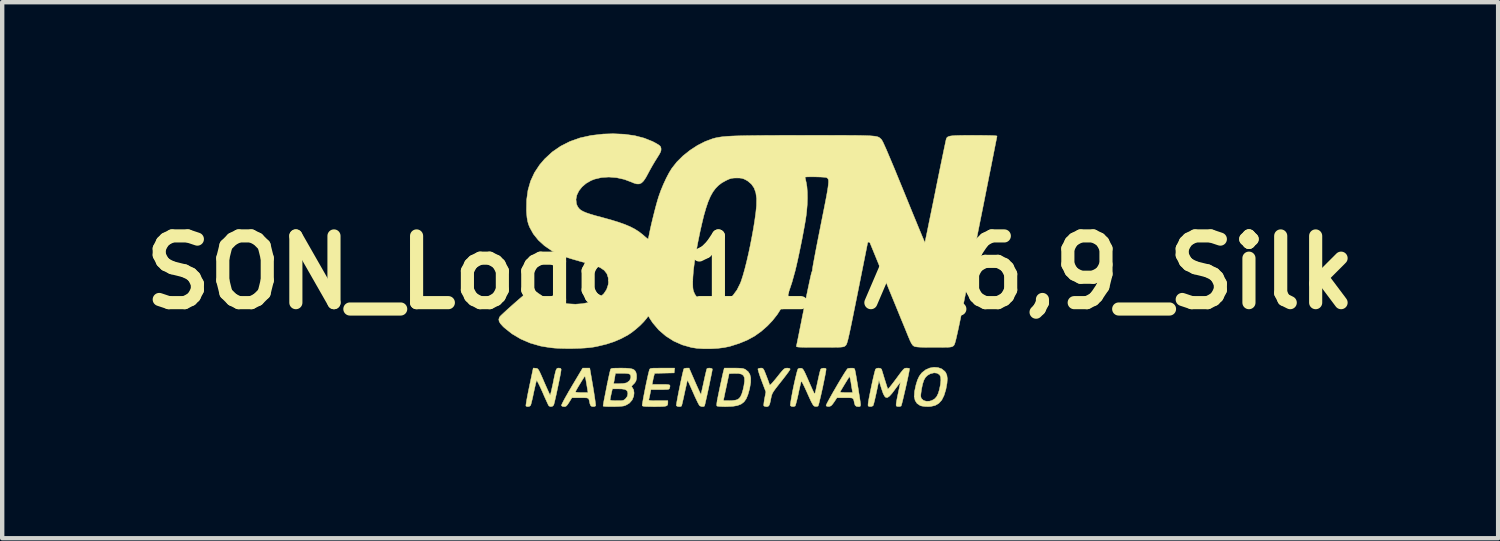
<source format=kicad_pcb>
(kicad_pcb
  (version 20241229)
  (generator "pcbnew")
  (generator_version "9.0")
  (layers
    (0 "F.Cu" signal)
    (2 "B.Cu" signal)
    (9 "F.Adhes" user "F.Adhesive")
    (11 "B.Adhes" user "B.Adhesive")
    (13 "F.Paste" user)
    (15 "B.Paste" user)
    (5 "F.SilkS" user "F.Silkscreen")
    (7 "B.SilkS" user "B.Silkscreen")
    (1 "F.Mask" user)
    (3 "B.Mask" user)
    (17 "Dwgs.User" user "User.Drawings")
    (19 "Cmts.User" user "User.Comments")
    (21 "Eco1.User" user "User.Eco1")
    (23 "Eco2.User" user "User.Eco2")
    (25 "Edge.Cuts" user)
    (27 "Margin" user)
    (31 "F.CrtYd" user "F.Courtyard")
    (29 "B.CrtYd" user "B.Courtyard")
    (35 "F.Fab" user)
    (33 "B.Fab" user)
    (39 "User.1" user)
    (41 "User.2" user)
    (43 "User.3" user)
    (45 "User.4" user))
  (footprint "SON_Logo_11,7_6,9_Silk"
    (layer "F.Cu")
    (at 14.086 3.174)
    (property "Reference" "SON_Logo_11,7_6,9_Silk" (at 0 0 0) (layer "F.SilkS") (effects (font (size 1.524 1.524) (thickness 0.3))))
    (attr through_hole)
    (fp_poly (pts (xy 4.293 2.173) (xy 4.377 2.203) (xy 4.445 2.258) (xy 4.466 2.284) (xy 4.493 2.346) (xy 4.504 2.426) (xy 4.497 2.527) (xy 4.474 2.655) (xy 4.469 2.678) (xy 4.428 2.811) (xy 4.376 2.915) (xy 4.309 2.989) (xy 4.225 3.038) (xy 4.123 3.061) (xy 4.057 3.064) (xy 3.988 3.061) (xy 3.925 3.052) (xy 3.885 3.041) (xy 3.813 2.993) (xy 3.768 2.924) (xy 3.748 2.833) (xy 3.749 2.825) (xy 3.896 2.825) (xy 3.902 2.855) (xy 3.915 2.882) (xy 3.916 2.884) (xy 3.961 2.924) (xy 4.025 2.943) (xy 4.099 2.94) (xy 4.153 2.923) (xy 4.214 2.888) (xy 4.26 2.837) (xy 4.296 2.764) (xy 4.321 2.682) (xy 4.347 2.559) (xy 4.356 2.459) (xy 4.35 2.384) (xy 4.328 2.338) (xy 4.273 2.301) (xy 4.202 2.292) (xy 4.121 2.312) (xy 4.109 2.317) (xy 4.051 2.35) (xy 4.005 2.395) (xy 3.969 2.458) (xy 3.941 2.542) (xy 3.917 2.653) (xy 3.908 2.712) (xy 3.899 2.78) (xy 3.896 2.825) (xy 3.749 2.825) (xy 3.755 2.721) (xy 3.758 2.704) (xy 3.788 2.567) (xy 3.822 2.457) (xy 3.862 2.371) (xy 3.911 2.304) (xy 3.928 2.286) (xy 4.01 2.222) (xy 4.103 2.182) (xy 4.199 2.165) (xy 4.293 2.173)) (stroke (width 0.01) (type solid)) (fill yes) (layer "F.SilkS"))
    (fp_poly (pts (xy 0.896 2.19) (xy 0.914 2.205) (xy 0.914 2.207) (xy 0.904 2.227) (xy 0.876 2.269) (xy 0.833 2.328) (xy 0.778 2.4) (xy 0.715 2.481) (xy 0.706 2.491) (xy 0.635 2.582) (xy 0.581 2.651) (xy 0.543 2.704) (xy 0.517 2.745) (xy 0.5 2.781) (xy 0.488 2.815) (xy 0.48 2.853) (xy 0.477 2.866) (xy 0.46 2.952) (xy 0.445 3.009) (xy 0.428 3.043) (xy 0.407 3.06) (xy 0.379 3.065) (xy 0.374 3.065) (xy 0.334 3.059) (xy 0.312 3.047) (xy 0.31 3.023) (xy 0.315 2.974) (xy 0.324 2.91) (xy 0.33 2.879) (xy 0.359 2.729) (xy 0.263 2.474) (xy 0.231 2.387) (xy 0.205 2.31) (xy 0.187 2.25) (xy 0.178 2.212) (xy 0.178 2.202) (xy 0.2 2.19) (xy 0.241 2.184) (xy 0.245 2.184) (xy 0.27 2.185) (xy 0.288 2.192) (xy 0.305 2.21) (xy 0.323 2.244) (xy 0.346 2.3) (xy 0.371 2.364) (xy 0.399 2.437) (xy 0.421 2.498) (xy 0.436 2.541) (xy 0.44 2.558) (xy 0.444 2.572) (xy 0.458 2.568) (xy 0.484 2.545) (xy 0.523 2.501) (xy 0.58 2.434) (xy 0.624 2.379) (xy 0.684 2.304) (xy 0.729 2.251) (xy 0.761 2.216) (xy 0.787 2.196) (xy 0.809 2.187) (xy 0.834 2.185) (xy 0.847 2.184) (xy 0.896 2.19)) (stroke (width 0.01) (type solid)) (fill yes) (layer "F.SilkS"))
    (fp_poly (pts (xy -3.591 2.607) (xy -3.572 2.723) (xy -3.556 2.828) (xy -3.543 2.918) (xy -3.534 2.987) (xy -3.529 3.032) (xy -3.53 3.047) (xy -3.555 3.061) (xy -3.595 3.064) (xy -3.632 3.053) (xy -3.634 3.052) (xy -3.65 3.028) (xy -3.664 2.986) (xy -3.665 2.98) (xy -3.675 2.929) (xy -3.685 2.896) (xy -3.702 2.875) (xy -3.732 2.865) (xy -3.781 2.862) (xy -3.855 2.862) (xy -3.883 2.862) (xy -4.072 2.862) (xy -4.135 2.964) (xy -4.171 3.018) (xy -4.198 3.049) (xy -4.223 3.062) (xy -4.25 3.065) (xy -4.291 3.058) (xy -4.312 3.04) (xy -4.306 3.02) (xy -4.284 2.974) (xy -4.249 2.906) (xy -4.201 2.82) (xy -4.149 2.729) (xy -3.993 2.729) (xy -3.98 2.735) (xy -3.941 2.74) (xy -3.882 2.743) (xy -3.852 2.743) (xy -3.704 2.743) (xy -3.715 2.68) (xy -3.723 2.63) (xy -3.734 2.562) (xy -3.746 2.493) (xy -3.756 2.434) (xy -3.767 2.391) (xy -3.775 2.371) (xy -3.776 2.371) (xy -3.787 2.384) (xy -3.811 2.42) (xy -3.844 2.472) (xy -3.881 2.533) (xy -3.919 2.595) (xy -3.953 2.653) (xy -3.979 2.7) (xy -3.993 2.728) (xy -3.993 2.729) (xy -4.149 2.729) (xy -4.144 2.72) (xy -4.079 2.609) (xy -4.074 2.6) (xy -3.826 2.184) (xy -3.664 2.184) (xy -3.591 2.607)) (stroke (width 0.01) (type solid)) (fill yes) (layer "F.SilkS"))
    (fp_poly (pts (xy -0.376 2.184) (xy -0.283 2.185) (xy -0.217 2.188) (xy -0.17 2.193) (xy -0.137 2.203) (xy -0.108 2.216) (xy -0.106 2.218) (xy -0.045 2.267) (xy -0.006 2.33) (xy 0.013 2.41) (xy 0.012 2.511) (xy -0.009 2.635) (xy -0.017 2.672) (xy -0.051 2.792) (xy -0.091 2.887) (xy -0.141 2.957) (xy -0.207 3.007) (xy -0.291 3.04) (xy -0.398 3.058) (xy -0.533 3.064) (xy -0.574 3.065) (xy -0.646 3.063) (xy -0.707 3.06) (xy -0.748 3.054) (xy -0.758 3.051) (xy -0.764 3.039) (xy -0.764 3.011) (xy -0.759 2.965) (xy -0.753 2.929) (xy -0.611 2.929) (xy -0.483 2.929) (xy -0.404 2.926) (xy -0.335 2.916) (xy -0.295 2.905) (xy -0.253 2.878) (xy -0.219 2.835) (xy -0.19 2.77) (xy -0.163 2.679) (xy -0.143 2.587) (xy -0.128 2.483) (xy -0.13 2.407) (xy -0.153 2.354) (xy -0.199 2.322) (xy -0.269 2.307) (xy -0.364 2.306) (xy -0.481 2.311) (xy -0.535 2.565) (xy -0.555 2.658) (xy -0.574 2.744) (xy -0.588 2.814) (xy -0.598 2.862) (xy -0.601 2.874) (xy -0.611 2.929) (xy -0.753 2.929) (xy -0.747 2.895) (xy -0.728 2.8) (xy -0.702 2.675) (xy -0.702 2.674) (xy -0.679 2.564) (xy -0.656 2.461) (xy -0.637 2.371) (xy -0.621 2.301) (xy -0.61 2.256) (xy -0.608 2.248) (xy -0.591 2.184) (xy -0.376 2.184)) (stroke (width 0.01) (type solid)) (fill yes) (layer "F.SilkS"))
    (fp_poly (pts (xy -1.73 2.239) (xy -1.736 2.294) (xy -2.183 2.304) (xy -2.2 2.367) (xy -2.215 2.43) (xy -2.227 2.493) (xy -2.228 2.493) (xy -2.239 2.557) (xy -2.034 2.557) (xy -1.945 2.557) (xy -1.886 2.56) (xy -1.85 2.566) (xy -1.833 2.579) (xy -1.831 2.599) (xy -1.838 2.63) (xy -1.839 2.637) (xy -1.845 2.653) (xy -1.856 2.664) (xy -1.879 2.671) (xy -1.918 2.674) (xy -1.98 2.675) (xy -2.058 2.675) (xy -2.267 2.675) (xy -2.286 2.773) (xy -2.298 2.831) (xy -2.309 2.879) (xy -2.314 2.9) (xy -2.315 2.912) (xy -2.306 2.92) (xy -2.282 2.925) (xy -2.238 2.928) (xy -2.169 2.929) (xy -2.101 2.929) (xy -1.88 2.929) (xy -1.88 2.977) (xy -1.882 3.008) (xy -1.89 3.031) (xy -1.911 3.047) (xy -1.947 3.057) (xy -2.004 3.062) (xy -2.087 3.064) (xy -2.188 3.065) (xy -2.293 3.064) (xy -2.368 3.062) (xy -2.419 3.059) (xy -2.449 3.053) (xy -2.463 3.045) (xy -2.466 3.041) (xy -2.465 3.019) (xy -2.457 2.97) (xy -2.445 2.899) (xy -2.429 2.812) (xy -2.41 2.714) (xy -2.39 2.612) (xy -2.369 2.511) (xy -2.348 2.416) (xy -2.33 2.333) (xy -2.314 2.269) (xy -2.303 2.228) (xy -2.301 2.223) (xy -2.295 2.208) (xy -2.284 2.198) (xy -2.265 2.192) (xy -2.232 2.187) (xy -2.179 2.185) (xy -2.102 2.185) (xy -2.006 2.184) (xy -1.725 2.184) (xy -1.73 2.239)) (stroke (width 0.01) (type solid)) (fill yes) (layer "F.SilkS"))
    (fp_poly (pts (xy -4.898 2.188) (xy -4.877 2.19) (xy -4.861 2.196) (xy -4.845 2.21) (xy -4.827 2.236) (xy -4.805 2.278) (xy -4.776 2.341) (xy -4.738 2.427) (xy -4.71 2.493) (xy -4.669 2.586) (xy -4.632 2.669) (xy -4.602 2.735) (xy -4.581 2.781) (xy -4.57 2.801) (xy -4.57 2.802) (xy -4.564 2.789) (xy -4.552 2.749) (xy -4.537 2.685) (xy -4.519 2.604) (xy -4.504 2.536) (xy -4.481 2.419) (xy -4.462 2.332) (xy -4.447 2.27) (xy -4.434 2.228) (xy -4.421 2.203) (xy -4.407 2.19) (xy -4.39 2.185) (xy -4.369 2.184) (xy -4.332 2.189) (xy -4.319 2.208) (xy -4.318 2.222) (xy -4.322 2.251) (xy -4.331 2.307) (xy -4.346 2.385) (xy -4.364 2.476) (xy -4.385 2.577) (xy -4.407 2.681) (xy -4.428 2.781) (xy -4.449 2.872) (xy -4.466 2.947) (xy -4.48 3.001) (xy -4.487 3.027) (xy -4.515 3.056) (xy -4.555 3.065) (xy -4.592 3.052) (xy -4.601 3.044) (xy -4.613 3.022) (xy -4.635 2.975) (xy -4.666 2.907) (xy -4.704 2.824) (xy -4.741 2.738) (xy -4.781 2.649) (xy -4.817 2.573) (xy -4.847 2.514) (xy -4.868 2.477) (xy -4.878 2.467) (xy -4.885 2.488) (xy -4.898 2.535) (xy -4.914 2.604) (xy -4.933 2.688) (xy -4.945 2.743) (xy -4.964 2.835) (xy -4.983 2.917) (xy -4.999 2.982) (xy -5.011 3.024) (xy -5.015 3.035) (xy -5.041 3.057) (xy -5.079 3.065) (xy -5.113 3.057) (xy -5.123 3.048) (xy -5.122 3.027) (xy -5.115 2.978) (xy -5.103 2.905) (xy -5.086 2.813) (xy -5.065 2.706) (xy -5.044 2.607) (xy -4.955 2.183) (xy -4.898 2.188)) (stroke (width 0.01) (type solid)) (fill yes) (layer "F.SilkS"))
    (fp_poly (pts (xy -0.891 2.189) (xy -0.867 2.201) (xy -0.864 2.209) (xy -0.867 2.232) (xy -0.876 2.283) (xy -0.891 2.355) (xy -0.909 2.443) (xy -0.929 2.542) (xy -0.951 2.645) (xy -0.973 2.747) (xy -0.994 2.843) (xy -1.013 2.926) (xy -1.028 2.993) (xy -1.039 3.036) (xy -1.043 3.051) (xy -1.068 3.063) (xy -1.107 3.063) (xy -1.146 3.049) (xy -1.154 3.044) (xy -1.169 3.022) (xy -1.195 2.974) (xy -1.228 2.906) (xy -1.267 2.823) (xy -1.304 2.739) (xy -1.344 2.649) (xy -1.378 2.572) (xy -1.406 2.511) (xy -1.425 2.472) (xy -1.432 2.46) (xy -1.437 2.477) (xy -1.447 2.521) (xy -1.462 2.589) (xy -1.481 2.672) (xy -1.498 2.75) (xy -1.518 2.845) (xy -1.537 2.928) (xy -1.552 2.993) (xy -1.563 3.036) (xy -1.568 3.051) (xy -1.592 3.063) (xy -1.631 3.064) (xy -1.668 3.056) (xy -1.687 3.041) (xy -1.685 3.02) (xy -1.678 2.971) (xy -1.665 2.9) (xy -1.649 2.813) (xy -1.63 2.715) (xy -1.609 2.612) (xy -1.588 2.51) (xy -1.567 2.413) (xy -1.548 2.328) (xy -1.532 2.261) (xy -1.52 2.216) (xy -1.515 2.2) (xy -1.493 2.189) (xy -1.452 2.184) (xy -1.45 2.184) (xy -1.395 2.184) (xy -1.261 2.492) (xy -1.22 2.585) (xy -1.184 2.665) (xy -1.155 2.728) (xy -1.134 2.769) (xy -1.124 2.784) (xy -1.123 2.784) (xy -1.118 2.763) (xy -1.107 2.715) (xy -1.092 2.645) (xy -1.073 2.56) (xy -1.058 2.491) (xy -1.038 2.398) (xy -1.019 2.317) (xy -1.004 2.253) (xy -0.993 2.211) (xy -0.989 2.199) (xy -0.967 2.187) (xy -0.929 2.184) (xy -0.891 2.189)) (stroke (width 0.01) (type solid)) (fill yes) (layer "F.SilkS"))
    (fp_poly (pts (xy 2.36 2.187) (xy 2.383 2.199) (xy 2.393 2.226) (xy 2.394 2.231) (xy 2.406 2.288) (xy 2.42 2.366) (xy 2.436 2.459) (xy 2.453 2.561) (xy 2.47 2.665) (xy 2.486 2.766) (xy 2.501 2.858) (xy 2.512 2.934) (xy 2.52 2.99) (xy 2.523 3.018) (xy 2.523 3.018) (xy 2.518 3.052) (xy 2.495 3.064) (xy 2.477 3.065) (xy 2.426 3.058) (xy 2.397 3.034) (xy 2.381 2.984) (xy 2.38 2.98) (xy 2.37 2.929) (xy 2.359 2.895) (xy 2.342 2.875) (xy 2.312 2.865) (xy 2.263 2.862) (xy 2.187 2.862) (xy 2.167 2.862) (xy 1.982 2.862) (xy 1.918 2.959) (xy 1.879 3.013) (xy 1.849 3.044) (xy 1.819 3.058) (xy 1.799 3.062) (xy 1.752 3.058) (xy 1.734 3.041) (xy 1.74 3.022) (xy 1.761 2.978) (xy 1.795 2.915) (xy 1.838 2.836) (xy 1.889 2.746) (xy 1.898 2.731) (xy 2.054 2.731) (xy 2.066 2.736) (xy 2.105 2.741) (xy 2.164 2.743) (xy 2.194 2.743) (xy 2.341 2.743) (xy 2.332 2.697) (xy 2.325 2.658) (xy 2.315 2.597) (xy 2.304 2.527) (xy 2.302 2.511) (xy 2.291 2.449) (xy 2.28 2.403) (xy 2.271 2.38) (xy 2.269 2.379) (xy 2.257 2.395) (xy 2.232 2.433) (xy 2.199 2.487) (xy 2.16 2.55) (xy 2.121 2.615) (xy 2.085 2.675) (xy 2.057 2.725) (xy 2.054 2.731) (xy 1.898 2.731) (xy 1.944 2.651) (xy 2 2.554) (xy 2.056 2.46) (xy 2.108 2.374) (xy 2.154 2.3) (xy 2.191 2.243) (xy 2.217 2.207) (xy 2.225 2.197) (xy 2.253 2.189) (xy 2.299 2.185) (xy 2.314 2.185) (xy 2.36 2.187)) (stroke (width 0.01) (type solid)) (fill yes) (layer "F.SilkS"))
    (fp_poly (pts (xy 1.718 2.189) (xy 1.734 2.199) (xy 1.734 2.22) (xy 1.727 2.268) (xy 1.714 2.338) (xy 1.697 2.425) (xy 1.677 2.523) (xy 1.656 2.626) (xy 1.633 2.729) (xy 1.611 2.827) (xy 1.59 2.913) (xy 1.573 2.984) (xy 1.559 3.032) (xy 1.551 3.052) (xy 1.55 3.052) (xy 1.521 3.061) (xy 1.491 3.061) (xy 1.473 3.057) (xy 1.456 3.047) (xy 1.438 3.027) (xy 1.418 2.994) (xy 1.391 2.943) (xy 1.357 2.87) (xy 1.313 2.772) (xy 1.286 2.712) (xy 1.249 2.631) (xy 1.216 2.563) (xy 1.19 2.513) (xy 1.173 2.487) (xy 1.168 2.484) (xy 1.161 2.505) (xy 1.149 2.552) (xy 1.133 2.621) (xy 1.114 2.706) (xy 1.101 2.769) (xy 1.081 2.86) (xy 1.061 2.941) (xy 1.044 3.003) (xy 1.032 3.042) (xy 1.026 3.052) (xy 0.987 3.064) (xy 0.945 3.059) (xy 0.919 3.044) (xy 0.918 3.022) (xy 0.924 2.973) (xy 0.935 2.902) (xy 0.951 2.814) (xy 0.969 2.716) (xy 0.99 2.613) (xy 1.012 2.511) (xy 1.034 2.414) (xy 1.055 2.329) (xy 1.072 2.262) (xy 1.087 2.217) (xy 1.094 2.201) (xy 1.124 2.189) (xy 1.162 2.187) (xy 1.18 2.191) (xy 1.196 2.201) (xy 1.213 2.221) (xy 1.233 2.255) (xy 1.259 2.307) (xy 1.293 2.383) (xy 1.338 2.485) (xy 1.378 2.576) (xy 1.414 2.656) (xy 1.443 2.719) (xy 1.464 2.761) (xy 1.474 2.777) (xy 1.474 2.777) (xy 1.48 2.761) (xy 1.492 2.718) (xy 1.507 2.652) (xy 1.525 2.57) (xy 1.54 2.502) (xy 1.56 2.409) (xy 1.579 2.326) (xy 1.595 2.261) (xy 1.608 2.218) (xy 1.613 2.206) (xy 1.64 2.191) (xy 1.681 2.185) (xy 1.718 2.189)) (stroke (width 0.01) (type solid)) (fill yes) (layer "F.SilkS"))
    (fp_poly (pts (xy 2.979 2.192) (xy 3.003 2.211) (xy 3.003 2.214) (xy 3.02 2.27) (xy 3.042 2.341) (xy 3.065 2.418) (xy 3.09 2.496) (xy 3.112 2.566) (xy 3.13 2.622) (xy 3.142 2.656) (xy 3.144 2.663) (xy 3.157 2.655) (xy 3.185 2.624) (xy 3.226 2.573) (xy 3.276 2.508) (xy 3.312 2.46) (xy 3.381 2.367) (xy 3.432 2.298) (xy 3.471 2.249) (xy 3.499 2.216) (xy 3.52 2.197) (xy 3.538 2.188) (xy 3.556 2.185) (xy 3.578 2.184) (xy 3.581 2.184) (xy 3.621 2.188) (xy 3.64 2.195) (xy 3.641 2.197) (xy 3.637 2.225) (xy 3.628 2.278) (xy 3.613 2.353) (xy 3.594 2.442) (xy 3.572 2.541) (xy 3.549 2.645) (xy 3.525 2.747) (xy 3.503 2.843) (xy 3.483 2.926) (xy 3.466 2.993) (xy 3.453 3.037) (xy 3.447 3.052) (xy 3.408 3.063) (xy 3.361 3.06) (xy 3.341 3.052) (xy 3.335 3.037) (xy 3.335 3.004) (xy 3.343 2.949) (xy 3.358 2.867) (xy 3.377 2.777) (xy 3.396 2.687) (xy 3.412 2.611) (xy 3.424 2.552) (xy 3.43 2.518) (xy 3.43 2.511) (xy 3.42 2.522) (xy 3.393 2.556) (xy 3.355 2.607) (xy 3.308 2.67) (xy 3.305 2.675) (xy 3.237 2.765) (xy 3.182 2.825) (xy 3.138 2.856) (xy 3.101 2.856) (xy 3.069 2.825) (xy 3.038 2.764) (xy 3.006 2.671) (xy 2.998 2.647) (xy 2.942 2.464) (xy 2.883 2.743) (xy 2.862 2.837) (xy 2.843 2.92) (xy 2.826 2.987) (xy 2.813 3.03) (xy 2.807 3.044) (xy 2.774 3.061) (xy 2.73 3.063) (xy 2.698 3.052) (xy 2.693 3.038) (xy 2.694 3.005) (xy 2.701 2.951) (xy 2.715 2.872) (xy 2.736 2.765) (xy 2.763 2.633) (xy 2.787 2.519) (xy 2.81 2.416) (xy 2.831 2.328) (xy 2.848 2.261) (xy 2.86 2.218) (xy 2.866 2.206) (xy 2.896 2.188) (xy 2.938 2.184) (xy 2.979 2.192)) (stroke (width 0.01) (type solid)) (fill yes) (layer "F.SilkS"))
    (fp_poly (pts (xy -2.841 2.186) (xy -2.758 2.192) (xy -2.698 2.203) (xy -2.656 2.221) (xy -2.628 2.248) (xy -2.608 2.285) (xy -2.608 2.285) (xy -2.595 2.342) (xy -2.595 2.41) (xy -2.595 2.417) (xy -2.609 2.479) (xy -2.639 2.526) (xy -2.662 2.549) (xy -2.695 2.582) (xy -2.707 2.603) (xy -2.7 2.621) (xy -2.69 2.631) (xy -2.662 2.682) (xy -2.652 2.752) (xy -2.66 2.825) (xy -2.696 2.913) (xy -2.759 2.985) (xy -2.842 3.034) (xy -2.888 3.049) (xy -2.931 3.055) (xy -2.994 3.06) (xy -3.068 3.063) (xy -3.148 3.064) (xy -3.224 3.064) (xy -3.289 3.062) (xy -3.337 3.058) (xy -3.359 3.052) (xy -3.359 3.052) (xy -3.357 3.033) (xy -3.35 2.987) (xy -3.338 2.918) (xy -3.336 2.912) (xy -3.2 2.912) (xy -3.184 2.921) (xy -3.137 2.927) (xy -3.064 2.929) (xy -3.047 2.929) (xy -2.973 2.929) (xy -2.925 2.926) (xy -2.892 2.918) (xy -2.868 2.903) (xy -2.843 2.88) (xy -2.806 2.829) (xy -2.794 2.773) (xy -2.794 2.771) (xy -2.801 2.723) (xy -2.824 2.69) (xy -2.868 2.67) (xy -2.938 2.66) (xy -3.008 2.659) (xy -3.147 2.659) (xy -3.174 2.776) (xy -3.187 2.837) (xy -3.196 2.885) (xy -3.2 2.911) (xy -3.2 2.912) (xy -3.336 2.912) (xy -3.321 2.833) (xy -3.302 2.737) (xy -3.282 2.635) (xy -3.263 2.54) (xy -3.12 2.54) (xy -2.99 2.54) (xy -2.899 2.536) (xy -2.832 2.523) (xy -2.811 2.514) (xy -2.754 2.47) (xy -2.728 2.41) (xy -2.726 2.384) (xy -2.731 2.349) (xy -2.748 2.325) (xy -2.784 2.311) (xy -2.843 2.305) (xy -2.922 2.303) (xy -3.078 2.303) (xy -3.088 2.366) (xy -3.098 2.426) (xy -3.109 2.483) (xy -3.109 2.485) (xy -3.12 2.54) (xy -3.263 2.54) (xy -3.261 2.532) (xy -3.241 2.435) (xy -3.222 2.348) (xy -3.206 2.278) (xy -3.194 2.229) (xy -3.19 2.214) (xy -3.183 2.202) (xy -3.167 2.194) (xy -3.137 2.188) (xy -3.086 2.186) (xy -3.011 2.185) (xy -2.953 2.184) (xy -2.841 2.186)) (stroke (width 0.01) (type solid)) (fill yes) (layer "F.SilkS"))
    (fp_poly (pts (xy -2.874 -3.158) (xy -2.637 -3.125) (xy -2.421 -3.069) (xy -2.229 -2.992) (xy -2.15 -2.95) (xy -2.093 -2.916) (xy -2.06 -2.89) (xy -2.043 -2.865) (xy -2.036 -2.834) (xy -2.035 -2.825) (xy -2.036 -2.792) (xy -2.046 -2.756) (xy -2.069 -2.71) (xy -2.107 -2.648) (xy -2.13 -2.611) (xy -2.181 -2.53) (xy -2.238 -2.433) (xy -2.294 -2.333) (xy -2.327 -2.271) (xy -2.384 -2.166) (xy -2.434 -2.092) (xy -2.482 -2.045) (xy -2.533 -2.023) (xy -2.591 -2.023) (xy -2.66 -2.043) (xy -2.706 -2.063) (xy -2.876 -2.127) (xy -3.052 -2.166) (xy -3.228 -2.18) (xy -3.397 -2.169) (xy -3.554 -2.132) (xy -3.635 -2.1) (xy -3.748 -2.035) (xy -3.841 -1.955) (xy -3.912 -1.865) (xy -3.959 -1.768) (xy -3.979 -1.67) (xy -3.969 -1.574) (xy -3.956 -1.536) (xy -3.934 -1.494) (xy -3.906 -1.457) (xy -3.868 -1.424) (xy -3.815 -1.394) (xy -3.745 -1.364) (xy -3.653 -1.333) (xy -3.536 -1.298) (xy -3.39 -1.259) (xy -3.378 -1.256) (xy -3.179 -1.201) (xy -3.01 -1.149) (xy -2.865 -1.098) (xy -2.742 -1.046) (xy -2.635 -0.991) (xy -2.541 -0.931) (xy -2.455 -0.864) (xy -2.425 -0.838) (xy -2.38 -0.799) (xy -2.347 -0.773) (xy -2.331 -0.764) (xy -2.33 -0.764) (xy -2.325 -0.783) (xy -2.315 -0.825) (xy -2.304 -0.881) (xy -2.283 -0.985) (xy -2.255 -1.109) (xy -2.222 -1.246) (xy -2.187 -1.386) (xy -2.152 -1.52) (xy -2.119 -1.638) (xy -2.09 -1.733) (xy -2.089 -1.736) (xy -2.04 -1.873) (xy -1.981 -2.015) (xy -1.917 -2.153) (xy -1.852 -2.277) (xy -1.79 -2.378) (xy -1.789 -2.379) (xy -1.675 -2.524) (xy -1.535 -2.663) (xy -1.376 -2.79) (xy -1.206 -2.901) (xy -1.03 -2.991) (xy -0.856 -3.056) (xy -0.793 -3.073) (xy -0.747 -3.082) (xy -0.698 -3.091) (xy -0.643 -3.099) (xy -0.579 -3.105) (xy -0.506 -3.111) (xy -0.42 -3.116) (xy -0.319 -3.12) (xy -0.202 -3.123) (xy -0.066 -3.126) (xy 0.091 -3.128) (xy 0.271 -3.13) (xy 0.477 -3.131) (xy 0.709 -3.132) (xy 0.972 -3.132) (xy 1.266 -3.133) (xy 1.266 -3.133) (xy 1.538 -3.133) (xy 1.777 -3.133) (xy 1.987 -3.132) (xy 2.17 -3.132) (xy 2.327 -3.131) (xy 2.46 -3.13) (xy 2.572 -3.128) (xy 2.665 -3.125) (xy 2.741 -3.122) (xy 2.802 -3.117) (xy 2.851 -3.112) (xy 2.888 -3.105) (xy 2.917 -3.097) (xy 2.939 -3.088) (xy 2.956 -3.077) (xy 2.971 -3.064) (xy 2.986 -3.05) (xy 2.998 -3.039) (xy 3.012 -3.017) (xy 3.036 -2.973) (xy 3.068 -2.903) (xy 3.111 -2.808) (xy 3.163 -2.685) (xy 3.226 -2.536) (xy 3.301 -2.358) (xy 3.386 -2.15) (xy 3.484 -1.912) (xy 3.514 -1.838) (xy 3.591 -1.65) (xy 3.663 -1.473) (xy 3.731 -1.307) (xy 3.794 -1.155) (xy 3.849 -1.02) (xy 3.897 -0.905) (xy 3.936 -0.811) (xy 3.966 -0.741) (xy 3.984 -0.698) (xy 3.991 -0.683) (xy 3.995 -0.7) (xy 4.005 -0.748) (xy 4.021 -0.823) (xy 4.042 -0.924) (xy 4.067 -1.047) (xy 4.096 -1.19) (xy 4.129 -1.35) (xy 4.165 -1.525) (xy 4.203 -1.711) (xy 4.232 -1.855) (xy 4.271 -2.05) (xy 4.309 -2.235) (xy 4.344 -2.408) (xy 4.377 -2.567) (xy 4.406 -2.707) (xy 4.431 -2.828) (xy 4.452 -2.926) (xy 4.467 -2.998) (xy 4.477 -3.041) (xy 4.48 -3.053) (xy 4.49 -3.074) (xy 4.505 -3.091) (xy 4.529 -3.104) (xy 4.564 -3.115) (xy 4.614 -3.122) (xy 4.683 -3.127) (xy 4.775 -3.13) (xy 4.891 -3.132) (xy 5.036 -3.133) (xy 5.113 -3.133) (xy 5.283 -3.132) (xy 5.42 -3.13) (xy 5.524 -3.128) (xy 5.594 -3.124) (xy 5.632 -3.119) (xy 5.639 -3.115) (xy 5.636 -3.097) (xy 5.626 -3.047) (xy 5.61 -2.968) (xy 5.589 -2.861) (xy 5.563 -2.729) (xy 5.532 -2.572) (xy 5.497 -2.394) (xy 5.457 -2.196) (xy 5.414 -1.98) (xy 5.368 -1.747) (xy 5.319 -1.5) (xy 5.267 -1.241) (xy 5.213 -0.971) (xy 5.165 -0.732) (xy 5.099 -0.404) (xy 5.04 -0.108) (xy 4.986 0.159) (xy 4.938 0.396) (xy 4.895 0.608) (xy 4.857 0.794) (xy 4.824 0.956) (xy 4.795 1.097) (xy 4.77 1.218) (xy 4.748 1.32) (xy 4.729 1.405) (xy 4.713 1.475) (xy 4.7 1.531) (xy 4.688 1.575) (xy 4.679 1.608) (xy 4.67 1.633) (xy 4.663 1.65) (xy 4.656 1.662) (xy 4.65 1.67) (xy 4.647 1.672) (xy 4.633 1.684) (xy 4.616 1.693) (xy 4.594 1.7) (xy 4.561 1.705) (xy 4.514 1.708) (xy 4.447 1.709) (xy 4.356 1.71) (xy 4.237 1.71) (xy 4.198 1.71) (xy 4.062 1.71) (xy 3.957 1.709) (xy 3.877 1.706) (xy 3.819 1.702) (xy 3.778 1.696) (xy 3.751 1.689) (xy 3.743 1.685) (xy 3.714 1.663) (xy 3.685 1.622) (xy 3.653 1.559) (xy 3.637 1.52) (xy 3.62 1.481) (xy 3.592 1.413) (xy 3.554 1.319) (xy 3.507 1.204) (xy 3.451 1.069) (xy 3.389 0.917) (xy 3.322 0.753) (xy 3.25 0.578) (xy 3.175 0.395) (xy 3.14 0.308) (xy 2.701 -0.764) (xy 2.462 0.434) (xy 2.416 0.663) (xy 2.376 0.861) (xy 2.342 1.03) (xy 2.313 1.173) (xy 2.288 1.292) (xy 2.267 1.39) (xy 2.249 1.468) (xy 2.235 1.529) (xy 2.222 1.576) (xy 2.212 1.61) (xy 2.202 1.635) (xy 2.194 1.652) (xy 2.185 1.663) (xy 2.177 1.671) (xy 2.164 1.682) (xy 2.15 1.691) (xy 2.131 1.697) (xy 2.103 1.702) (xy 2.064 1.706) (xy 2.008 1.708) (xy 1.933 1.709) (xy 1.834 1.71) (xy 1.708 1.71) (xy 1.59 1.71) (xy 1.44 1.71) (xy 1.32 1.71) (xy 1.228 1.709) (xy 1.16 1.707) (xy 1.112 1.705) (xy 1.081 1.701) (xy 1.063 1.696) (xy 1.056 1.69) (xy 1.056 1.682) (xy 1.056 1.681) (xy 1.061 1.659) (xy 1.072 1.607) (xy 1.088 1.528) (xy 1.109 1.426) (xy 1.133 1.304) (xy 1.161 1.166) (xy 1.191 1.013) (xy 1.224 0.851) (xy 1.23 0.821) (xy 1.262 0.658) (xy 1.293 0.506) (xy 1.322 0.367) (xy 1.348 0.245) (xy 1.37 0.143) (xy 1.388 0.063) (xy 1.401 0.01) (xy 1.408 -0.013) (xy 1.409 -0.014) (xy 1.418 -0.033) (xy 1.422 -0.071) (xy 1.422 -0.074) (xy 1.426 -0.1) (xy 1.435 -0.156) (xy 1.45 -0.239) (xy 1.47 -0.346) (xy 1.494 -0.474) (xy 1.522 -0.619) (xy 1.553 -0.778) (xy 1.587 -0.949) (xy 1.615 -1.091) (xy 1.657 -1.302) (xy 1.693 -1.482) (xy 1.723 -1.635) (xy 1.747 -1.761) (xy 1.765 -1.864) (xy 1.778 -1.947) (xy 1.786 -2.012) (xy 1.79 -2.061) (xy 1.79 -2.098) (xy 1.785 -2.124) (xy 1.777 -2.142) (xy 1.765 -2.154) (xy 1.75 -2.164) (xy 1.743 -2.168) (xy 1.719 -2.173) (xy 1.67 -2.177) (xy 1.604 -2.181) (xy 1.528 -2.183) (xy 1.45 -2.185) (xy 1.376 -2.185) (xy 1.313 -2.184) (xy 1.27 -2.181) (xy 1.253 -2.177) (xy 1.253 -2.177) (xy 1.257 -2.158) (xy 1.267 -2.115) (xy 1.28 -2.058) (xy 1.281 -2.054) (xy 1.297 -1.958) (xy 1.306 -1.836) (xy 1.308 -1.695) (xy 1.303 -1.544) (xy 1.29 -1.389) (xy 1.28 -1.304) (xy 1.265 -1.202) (xy 1.243 -1.074) (xy 1.216 -0.927) (xy 1.186 -0.768) (xy 1.153 -0.604) (xy 1.119 -0.44) (xy 1.086 -0.286) (xy 1.054 -0.146) (xy 1.026 -0.029) (xy 1.023 -0.019) (xy 0.954 0.229) (xy 0.881 0.447) (xy 0.802 0.64) (xy 0.715 0.81) (xy 0.618 0.962) (xy 0.509 1.1) (xy 0.395 1.22) (xy 0.25 1.347) (xy 0.099 1.454) (xy -0.066 1.544) (xy -0.251 1.62) (xy -0.462 1.687) (xy -0.462 1.687) (xy -0.59 1.714) (xy -0.739 1.733) (xy -0.9 1.742) (xy -1.061 1.742) (xy -1.212 1.733) (xy -1.338 1.714) (xy -1.55 1.654) (xy -1.748 1.566) (xy -1.928 1.451) (xy -2.088 1.313) (xy -2.225 1.152) (xy -2.286 1.06) (xy -2.326 0.993) (xy -2.368 1.051) (xy -2.433 1.128) (xy -2.517 1.213) (xy -2.613 1.297) (xy -2.71 1.373) (xy -2.794 1.429) (xy -2.949 1.512) (xy -3.111 1.581) (xy -3.286 1.638) (xy -3.485 1.686) (xy -3.577 1.704) (xy -3.668 1.716) (xy -3.784 1.726) (xy -3.917 1.733) (xy -4.059 1.737) (xy -4.202 1.737) (xy -4.338 1.734) (xy -4.458 1.728) (xy -4.538 1.72) (xy -4.623 1.708) (xy -4.705 1.695) (xy -4.773 1.683) (xy -4.801 1.677) (xy -5.028 1.611) (xy -5.242 1.519) (xy -5.439 1.402) (xy -5.612 1.265) (xy -5.643 1.236) (xy -5.702 1.172) (xy -5.734 1.119) (xy -5.742 1.07) (xy -5.726 1.021) (xy -5.723 1.016) (xy -5.706 0.996) (xy -5.667 0.958) (xy -5.61 0.905) (xy -5.538 0.839) (xy -5.454 0.764) (xy -5.376 0.695) (xy -5.267 0.6) (xy -5.18 0.526) (xy -5.111 0.471) (xy -5.056 0.434) (xy -5.012 0.413) (xy -4.975 0.406) (xy -4.94 0.413) (xy -4.905 0.431) (xy -4.865 0.458) (xy -4.842 0.476) (xy -4.721 0.557) (xy -4.591 0.619) (xy -4.447 0.666) (xy -4.28 0.7) (xy -4.17 0.715) (xy -3.993 0.725) (xy -3.828 0.713) (xy -3.678 0.682) (xy -3.546 0.633) (xy -3.433 0.566) (xy -3.343 0.485) (xy -3.279 0.389) (xy -3.243 0.28) (xy -3.243 0.276) (xy -1.311 0.276) (xy -1.309 0.34) (xy -1.304 0.387) (xy -1.295 0.425) (xy -1.279 0.463) (xy -1.262 0.5) (xy -1.196 0.594) (xy -1.109 0.667) (xy -1.006 0.716) (xy -0.892 0.739) (xy -0.772 0.735) (xy -0.651 0.702) (xy -0.631 0.694) (xy -0.502 0.621) (xy -0.392 0.523) (xy -0.3 0.398) (xy -0.224 0.245) (xy -0.205 0.195) (xy -0.166 0.074) (xy -0.124 -0.074) (xy -0.081 -0.244) (xy -0.038 -0.428) (xy 0.003 -0.622) (xy 0.041 -0.818) (xy 0.076 -1.01) (xy 0.105 -1.193) (xy 0.128 -1.36) (xy 0.143 -1.505) (xy 0.145 -1.534) (xy 0.147 -1.691) (xy 0.129 -1.822) (xy 0.09 -1.93) (xy 0.029 -2.018) (xy -0.055 -2.089) (xy -0.085 -2.107) (xy -0.14 -2.135) (xy -0.188 -2.151) (xy -0.243 -2.158) (xy -0.306 -2.159) (xy -0.375 -2.157) (xy -0.429 -2.15) (xy -0.482 -2.133) (xy -0.547 -2.103) (xy -0.562 -2.095) (xy -0.648 -2.047) (xy -0.724 -1.989) (xy -0.792 -1.92) (xy -0.853 -1.837) (xy -0.909 -1.736) (xy -0.961 -1.614) (xy -1.01 -1.469) (xy -1.059 -1.299) (xy -1.107 -1.099) (xy -1.142 -0.945) (xy -1.195 -0.686) (xy -1.239 -0.448) (xy -1.272 -0.235) (xy -1.296 -0.049) (xy -1.308 0.109) (xy -1.311 0.186) (xy -1.311 0.276) (xy -3.243 0.276) (xy -3.237 0.235) (xy -3.242 0.122) (xy -3.273 0.028) (xy -3.333 -0.049) (xy -3.423 -0.11) (xy -3.491 -0.14) (xy -3.531 -0.154) (xy -3.596 -0.173) (xy -3.681 -0.198) (xy -3.779 -0.226) (xy -3.884 -0.254) (xy -3.995 -0.286) (xy -4.107 -0.319) (xy -4.21 -0.352) (xy -4.296 -0.383) (xy -4.349 -0.404) (xy -4.535 -0.498) (xy -4.699 -0.611) (xy -4.839 -0.739) (xy -4.953 -0.881) (xy -5.037 -1.033) (xy -5.064 -1.101) (xy -5.084 -1.173) (xy -5.098 -1.257) (xy -5.107 -1.361) (xy -5.11 -1.416) (xy -5.106 -1.658) (xy -5.075 -1.881) (xy -5.016 -2.087) (xy -4.927 -2.28) (xy -4.808 -2.46) (xy -4.693 -2.594) (xy -4.521 -2.753) (xy -4.329 -2.885) (xy -4.118 -2.992) (xy -3.886 -3.074) (xy -3.632 -3.13) (xy -3.357 -3.162) (xy -3.131 -3.169) (xy -2.874 -3.158)) (stroke (width 0.01) (type solid)) (fill yes) (layer "F.SilkS")))
  (gr_rect
    (start -3 -3)
    (end 31.172 9.245)
    (stroke (width 0.1) (type default))
    (fill no)
    (layer "Edge.Cuts")))
</source>
